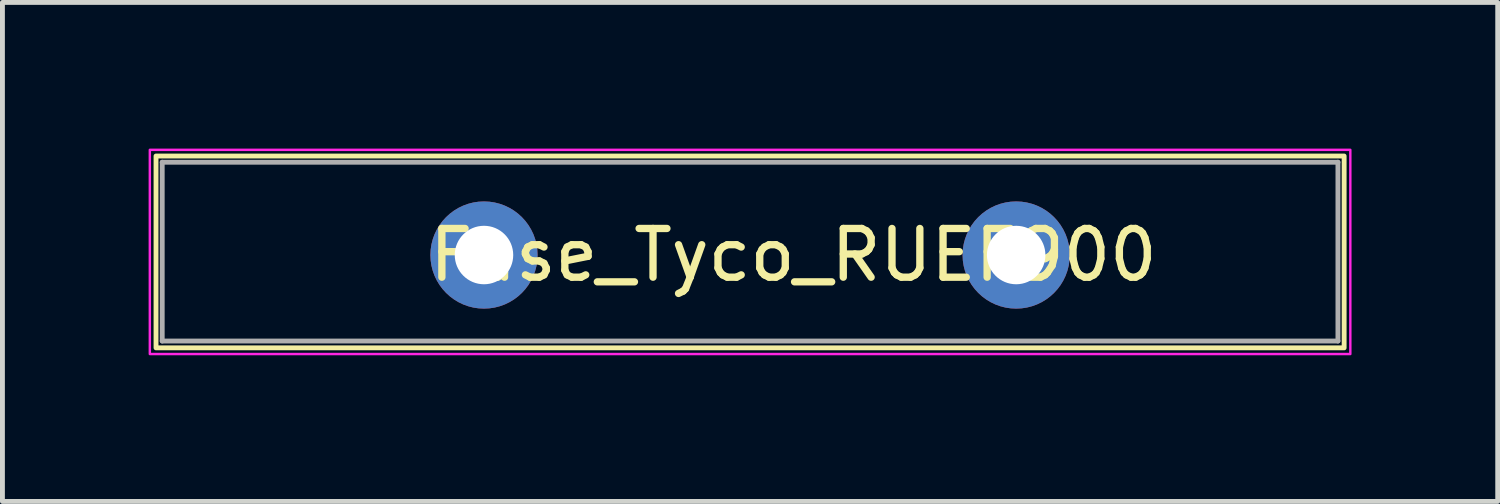
<source format=kicad_pcb>
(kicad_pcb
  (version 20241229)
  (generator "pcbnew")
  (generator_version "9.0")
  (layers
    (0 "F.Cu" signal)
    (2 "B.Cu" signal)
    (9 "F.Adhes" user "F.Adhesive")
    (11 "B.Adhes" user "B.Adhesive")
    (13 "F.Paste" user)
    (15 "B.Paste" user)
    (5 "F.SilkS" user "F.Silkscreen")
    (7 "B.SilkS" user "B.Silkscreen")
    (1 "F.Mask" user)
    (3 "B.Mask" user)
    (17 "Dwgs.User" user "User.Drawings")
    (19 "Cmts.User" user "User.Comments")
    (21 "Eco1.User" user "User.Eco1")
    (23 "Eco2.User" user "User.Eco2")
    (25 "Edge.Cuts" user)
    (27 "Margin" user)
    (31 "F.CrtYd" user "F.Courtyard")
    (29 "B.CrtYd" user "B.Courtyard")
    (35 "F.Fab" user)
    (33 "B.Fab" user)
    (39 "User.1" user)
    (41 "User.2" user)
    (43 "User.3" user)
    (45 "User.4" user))
  (footprint "Fuse_Tyco_RUEF900"
    (layer "F.Cu")
    (at 6.883 2.184)
    (property "Reference" "Fuse_Tyco_RUEF900" (at 6.35 0 0) (layer "F.SilkS") (effects (font (size 1 1) (thickness 0.15))))
    (attr through_hole)
    (fp_rect (start -6.731 -2.032) (end 17.653 1.905) (stroke (width 0.1) (type default)) (fill no) (layer "F.SilkS"))
    (fp_rect (start -6.858 -2.159) (end 17.78 2.032) (stroke (width 0.05) (type default)) (fill no) (layer "F.CrtYd"))
    (fp_line (start -6.604 -1.905) (end -6.604 1.765) (stroke (width 0.1) (type solid)) (layer "F.Fab"))
    (fp_line (start -6.604 1.765) (end 17.526 1.765) (stroke (width 0.1) (type solid)) (layer "F.Fab"))
    (fp_line (start 17.526 -1.905) (end -6.604 -1.905) (stroke (width 0.1) (type solid)) (layer "F.Fab"))
    (fp_line (start 17.526 1.765) (end 17.526 -1.905) (stroke (width 0.1) (type solid)) (layer "F.Fab"))
    (pad "1" thru_hole circle (at 0 0) (size 2.2 2.2) (drill 1.2) (layers "*.Cu" "*.Mask"))
    (pad "2" thru_hole circle (at 10.922 0) (size 2.2 2.2) (drill 1.2) (layers "*.Cu" "*.Mask")))
  (gr_rect
    (start -3 -3)
    (end 27.688 7.241)
    (stroke (width 0.1) (type default))
    (fill no)
    (layer "Edge.Cuts")))
</source>
